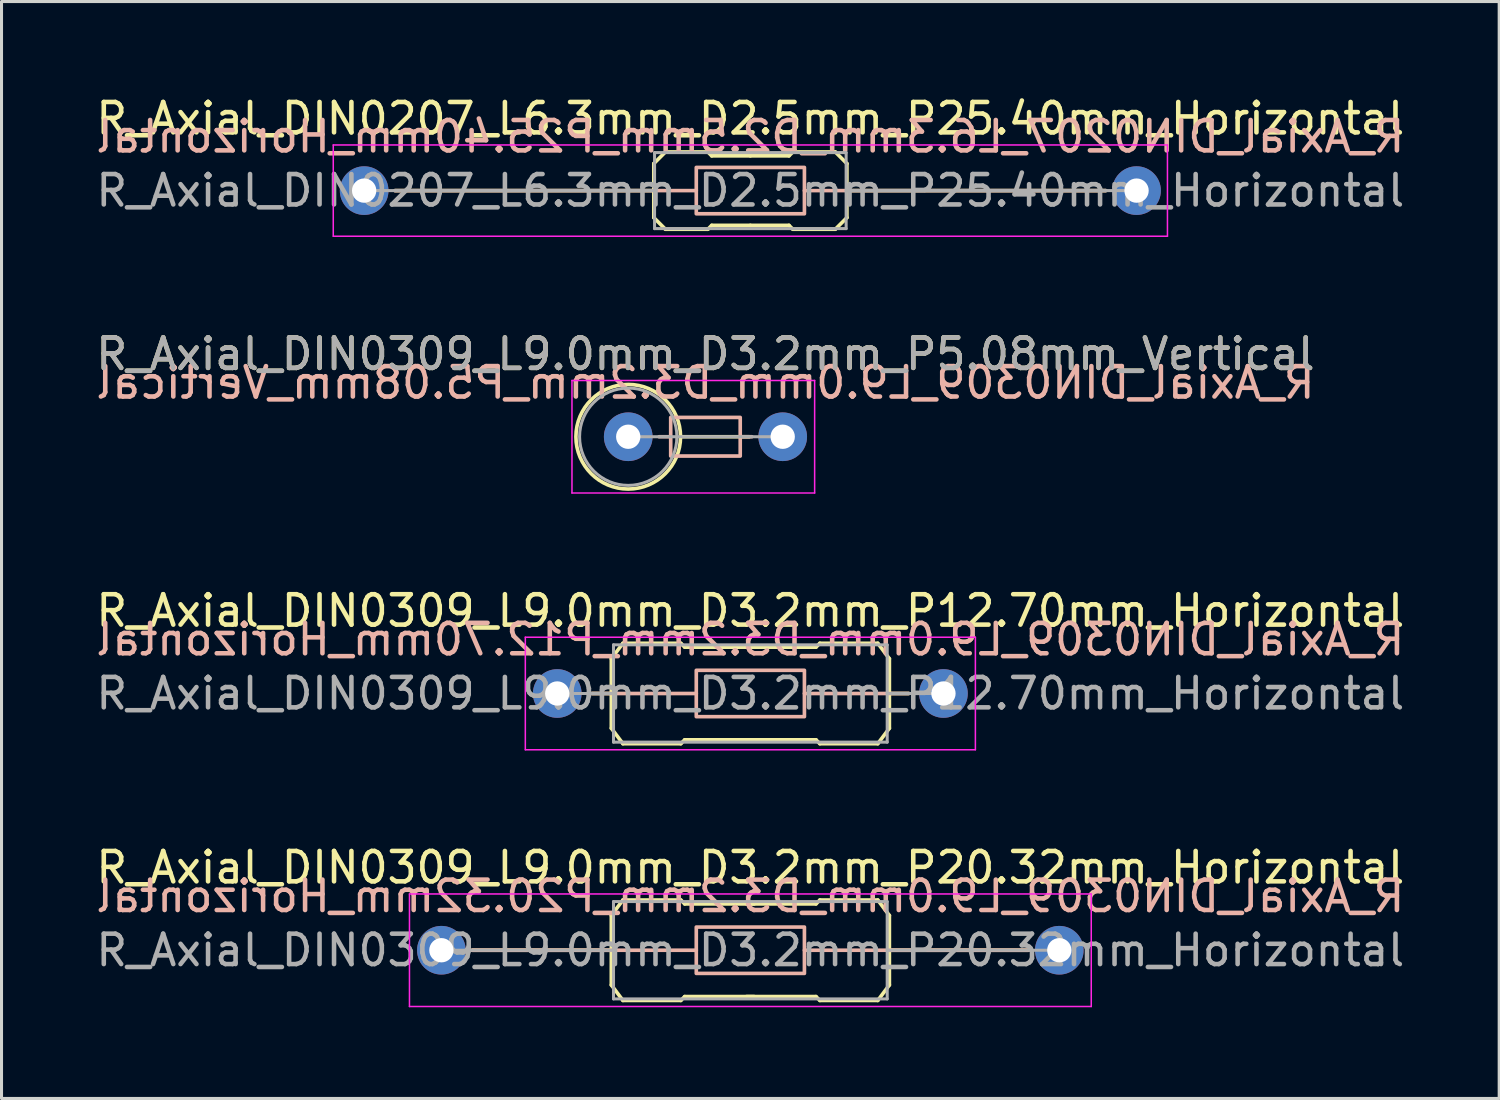
<source format=kicad_pcb>
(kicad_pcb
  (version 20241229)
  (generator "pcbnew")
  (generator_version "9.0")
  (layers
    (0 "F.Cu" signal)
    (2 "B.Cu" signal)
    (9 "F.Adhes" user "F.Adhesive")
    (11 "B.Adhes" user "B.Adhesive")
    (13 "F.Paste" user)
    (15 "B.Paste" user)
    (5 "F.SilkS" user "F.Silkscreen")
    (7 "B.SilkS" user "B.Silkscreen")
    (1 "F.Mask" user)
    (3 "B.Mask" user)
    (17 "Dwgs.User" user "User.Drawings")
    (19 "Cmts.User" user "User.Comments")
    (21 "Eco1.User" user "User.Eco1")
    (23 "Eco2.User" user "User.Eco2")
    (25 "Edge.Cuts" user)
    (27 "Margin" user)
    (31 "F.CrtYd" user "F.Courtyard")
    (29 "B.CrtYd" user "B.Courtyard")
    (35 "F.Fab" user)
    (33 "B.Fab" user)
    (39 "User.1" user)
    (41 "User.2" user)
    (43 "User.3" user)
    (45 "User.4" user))
  (footprint "R_Axial_DIN0207_L6.3mm_D2.5mm_P25.40mm_Horizontal"
    (layer "F.Cu")
    (at 11.465 3.218)
    (property "Reference" "R_Axial_DIN0207_L6.3mm_D2.5mm_P25.40mm_Horizontal" (at 10.16 -2.37 0) (layer "F.SilkS") (effects (font (size 1 1) (thickness 0.15))))
    (fp_line (start 6.985 -0.889) (end 6.985 0.889) (stroke (width 0.12) (type solid)) (layer "F.SilkS"))
    (fp_line (start 6.985 -0.889) (end 7.366 -1.27) (stroke (width 0.12) (type solid)) (layer "F.SilkS"))
    (fp_line (start 6.985 0) (end -1.524 0) (stroke (width 0.12) (type solid)) (layer "F.SilkS"))
    (fp_line (start 6.985 0.889) (end 7.366 1.27) (stroke (width 0.12) (type solid)) (layer "F.SilkS"))
    (fp_line (start 7.366 -1.27) (end 8.763 -1.27) (stroke (width 0.12) (type solid)) (layer "F.SilkS"))
    (fp_line (start 7.366 1.27) (end 8.763 1.27) (stroke (width 0.12) (type solid)) (layer "F.SilkS"))
    (fp_line (start 8.763 -1.27) (end 8.89 -1.143) (stroke (width 0.12) (type solid)) (layer "F.SilkS"))
    (fp_line (start 8.763 1.27) (end 8.89 1.143) (stroke (width 0.12) (type solid)) (layer "F.SilkS"))
    (fp_line (start 8.89 -1.143) (end 10.16 -1.143) (stroke (width 0.12) (type solid)) (layer "F.SilkS"))
    (fp_line (start 8.89 1.143) (end 10.16 1.143) (stroke (width 0.12) (type solid)) (layer "F.SilkS"))
    (fp_line (start 11.43 -1.143) (end 10.16 -1.143) (stroke (width 0.12) (type solid)) (layer "F.SilkS"))
    (fp_line (start 11.43 1.143) (end 10.16 1.143) (stroke (width 0.12) (type solid)) (layer "F.SilkS"))
    (fp_line (start 11.557 -1.27) (end 11.43 -1.143) (stroke (width 0.12) (type solid)) (layer "F.SilkS"))
    (fp_line (start 11.557 1.27) (end 11.43 1.143) (stroke (width 0.12) (type solid)) (layer "F.SilkS"))
    (fp_line (start 12.954 -1.27) (end 11.557 -1.27) (stroke (width 0.12) (type solid)) (layer "F.SilkS"))
    (fp_line (start 12.954 1.27) (end 11.557 1.27) (stroke (width 0.12) (type solid)) (layer "F.SilkS"))
    (fp_line (start 13.335 -0.889) (end 12.954 -1.27) (stroke (width 0.12) (type solid)) (layer "F.SilkS"))
    (fp_line (start 13.335 -0.889) (end 13.335 0.889) (stroke (width 0.12) (type solid)) (layer "F.SilkS"))
    (fp_line (start 13.335 0) (end 21.844 0) (stroke (width 0.12) (type solid)) (layer "F.SilkS"))
    (fp_line (start 13.335 0.889) (end 12.954 1.27) (stroke (width 0.12) (type solid)) (layer "F.SilkS"))
    (fp_line (start 8.382 0) (end -1.524 0) (stroke (width 0.12) (type solid)) (layer "B.SilkS"))
    (fp_line (start 11.938 0) (end 21.844 0) (stroke (width 0.12) (type solid)) (layer "B.SilkS"))
    (fp_rect (start 8.382 -0.762) (end 11.938 0.762) (stroke (width 0.12) (type solid)) (fill no) (layer "B.SilkS"))
    (fp_line (start -3.556 -1.5) (end -3.556 1.5) (stroke (width 0.05) (type solid)) (layer "F.CrtYd"))
    (fp_line (start -3.556 1.5) (end 23.876 1.5) (stroke (width 0.05) (type solid)) (layer "F.CrtYd"))
    (fp_line (start 23.876 -1.5) (end -3.556 -1.5) (stroke (width 0.05) (type solid)) (layer "F.CrtYd"))
    (fp_line (start 23.876 1.5) (end 23.876 -1.5) (stroke (width 0.05) (type solid)) (layer "F.CrtYd"))
    (fp_line (start -2.54 0) (end 7.01 0) (stroke (width 0.1) (type solid)) (layer "F.Fab"))
    (fp_line (start 7.01 -1.25) (end 7.01 1.25) (stroke (width 0.1) (type solid)) (layer "F.Fab"))
    (fp_line (start 7.01 1.25) (end 13.31 1.25) (stroke (width 0.1) (type solid)) (layer "F.Fab"))
    (fp_line (start 13.31 -1.25) (end 7.01 -1.25) (stroke (width 0.1) (type solid)) (layer "F.Fab"))
    (fp_line (start 13.31 1.25) (end 13.31 -1.25) (stroke (width 0.1) (type solid)) (layer "F.Fab"))
    (fp_line (start 22.86 0) (end 13.31 0) (stroke (width 0.1) (type solid)) (layer "F.Fab"))
    (fp_text user "${REFERENCE}" (at 10.16 -1.778 0) (layer "B.SilkS") (effects (font (size 1 1) (thickness 0.15)) (justify mirror)))
    (fp_text user "${REFERENCE}" (at 10.16 0 0) (layer "F.Fab") (effects (font (size 1 1) (thickness 0.15))))
    (pad "1" thru_hole circle (at -2.54 0) (size 1.6 1.6) (drill 0.8) (layers "*.Cu" "*.Mask"))
    (pad "2" thru_hole oval (at 22.86 0) (size 1.6 1.6) (drill 0.8) (layers "*.Cu" "*.Mask")))
  (footprint "R_Axial_DIN0309_L9.0mm_D3.2mm_P20.32mm_Horizontal"
    (layer "F.Cu")
    (at 11.465 28.198)
    (property "Reference" "R_Axial_DIN0309_L9.0mm_D3.2mm_P20.32mm_Horizontal" (at 10.16 -2.72 0) (layer "F.SilkS") (effects (font (size 1 1) (thickness 0.15))))
    (fp_line (start 5.588 -1.143) (end 5.969 -1.651) (stroke (width 0.12) (type solid)) (layer "F.SilkS"))
    (fp_line (start 5.588 0) (end 1.016 0) (stroke (width 0.12) (type solid)) (layer "F.SilkS"))
    (fp_line (start 5.588 1.143) (end 5.588 -1.143) (stroke (width 0.12) (type solid)) (layer "F.SilkS"))
    (fp_line (start 5.588 1.143) (end 5.969 1.651) (stroke (width 0.12) (type solid)) (layer "F.SilkS"))
    (fp_line (start 5.969 -1.651) (end 7.874 -1.651) (stroke (width 0.12) (type solid)) (layer "F.SilkS"))
    (fp_line (start 5.969 1.651) (end 7.874 1.651) (stroke (width 0.12) (type solid)) (layer "F.SilkS"))
    (fp_line (start 7.874 -1.651) (end 8.001 -1.524) (stroke (width 0.12) (type solid)) (layer "F.SilkS"))
    (fp_line (start 7.874 1.651) (end 8.001 1.524) (stroke (width 0.12) (type solid)) (layer "F.SilkS"))
    (fp_line (start 8.001 -1.524) (end 10.287 -1.524) (stroke (width 0.12) (type solid)) (layer "F.SilkS"))
    (fp_line (start 8.001 1.524) (end 10.287 1.524) (stroke (width 0.12) (type solid)) (layer "F.SilkS"))
    (fp_line (start 12.319 -1.524) (end 10.033 -1.524) (stroke (width 0.12) (type solid)) (layer "F.SilkS"))
    (fp_line (start 12.319 1.524) (end 10.033 1.524) (stroke (width 0.12) (type solid)) (layer "F.SilkS"))
    (fp_line (start 12.446 -1.651) (end 12.319 -1.524) (stroke (width 0.12) (type solid)) (layer "F.SilkS"))
    (fp_line (start 12.446 1.651) (end 12.319 1.524) (stroke (width 0.12) (type solid)) (layer "F.SilkS"))
    (fp_line (start 14.351 -1.651) (end 12.446 -1.651) (stroke (width 0.12) (type solid)) (layer "F.SilkS"))
    (fp_line (start 14.351 1.651) (end 12.446 1.651) (stroke (width 0.12) (type solid)) (layer "F.SilkS"))
    (fp_line (start 14.732 -1.143) (end 14.351 -1.651) (stroke (width 0.12) (type solid)) (layer "F.SilkS"))
    (fp_line (start 14.732 0) (end 19.304 0) (stroke (width 0.12) (type solid)) (layer "F.SilkS"))
    (fp_line (start 14.732 1.143) (end 14.351 1.651) (stroke (width 0.12) (type solid)) (layer "F.SilkS"))
    (fp_line (start 14.732 1.143) (end 14.732 -1.143) (stroke (width 0.12) (type solid)) (layer "F.SilkS"))
    (fp_line (start 8.382 0) (end 1.016 0) (stroke (width 0.12) (type solid)) (layer "B.SilkS"))
    (fp_line (start 11.938 0) (end 19.304 0) (stroke (width 0.12) (type solid)) (layer "B.SilkS"))
    (fp_rect (start 8.382 -0.762) (end 11.938 0.762) (stroke (width 0.12) (type solid)) (fill no) (layer "B.SilkS"))
    (fp_line (start -1.05 -1.85) (end -1.05 1.85) (stroke (width 0.05) (type solid)) (layer "F.CrtYd"))
    (fp_line (start -1.05 1.85) (end 21.37 1.85) (stroke (width 0.05) (type solid)) (layer "F.CrtYd"))
    (fp_line (start 21.37 -1.85) (end -1.05 -1.85) (stroke (width 0.05) (type solid)) (layer "F.CrtYd"))
    (fp_line (start 21.37 1.85) (end 21.37 -1.85) (stroke (width 0.05) (type solid)) (layer "F.CrtYd"))
    (fp_line (start 0 0) (end 5.66 0) (stroke (width 0.1) (type solid)) (layer "F.Fab"))
    (fp_line (start 5.66 -1.6) (end 5.66 1.6) (stroke (width 0.1) (type solid)) (layer "F.Fab"))
    (fp_line (start 5.66 1.6) (end 14.66 1.6) (stroke (width 0.1) (type solid)) (layer "F.Fab"))
    (fp_line (start 14.66 -1.6) (end 5.66 -1.6) (stroke (width 0.1) (type solid)) (layer "F.Fab"))
    (fp_line (start 14.66 1.6) (end 14.66 -1.6) (stroke (width 0.1) (type solid)) (layer "F.Fab"))
    (fp_line (start 20.32 0) (end 14.66 0) (stroke (width 0.1) (type solid)) (layer "F.Fab"))
    (fp_text user "${REFERENCE}" (at 10.16 -1.778 0) (layer "B.SilkS") (effects (font (size 1 1) (thickness 0.15)) (justify mirror)))
    (fp_text user "${REFERENCE}" (at 10.16 0 0) (layer "F.Fab") (effects (font (size 1 1) (thickness 0.15))))
    (pad "1" thru_hole circle (at 0 0) (size 1.6 1.6) (drill 0.8) (layers "*.Cu" "*.Mask"))
    (pad "2" thru_hole oval (at 20.32 0) (size 1.6 1.6) (drill 0.8) (layers "*.Cu" "*.Mask")))
  (footprint "R_Axial_DIN0309_L9.0mm_D3.2mm_P12.70mm_Horizontal"
    (layer "F.Cu")
    (at 15.275 19.755)
    (property "Reference" "R_Axial_DIN0309_L9.0mm_D3.2mm_P12.70mm_Horizontal" (at 6.35 -2.72 0) (layer "F.SilkS") (effects (font (size 1 1) (thickness 0.15))))
    (fp_line (start 1.778 -1.143) (end 2.159 -1.651) (stroke (width 0.12) (type solid)) (layer "F.SilkS"))
    (fp_line (start 1.778 0) (end 1.143 0) (stroke (width 0.12) (type solid)) (layer "F.SilkS"))
    (fp_line (start 1.778 1.143) (end 1.778 -1.143) (stroke (width 0.12) (type solid)) (layer "F.SilkS"))
    (fp_line (start 1.778 1.143) (end 2.159 1.651) (stroke (width 0.12) (type solid)) (layer "F.SilkS"))
    (fp_line (start 2.159 -1.651) (end 4.064 -1.651) (stroke (width 0.12) (type solid)) (layer "F.SilkS"))
    (fp_line (start 2.159 1.651) (end 4.064 1.651) (stroke (width 0.12) (type solid)) (layer "F.SilkS"))
    (fp_line (start 4.064 -1.651) (end 4.191 -1.524) (stroke (width 0.12) (type solid)) (layer "F.SilkS"))
    (fp_line (start 4.064 1.651) (end 4.191 1.524) (stroke (width 0.12) (type solid)) (layer "F.SilkS"))
    (fp_line (start 4.191 -1.524) (end 6.477 -1.524) (stroke (width 0.12) (type solid)) (layer "F.SilkS"))
    (fp_line (start 4.191 1.524) (end 6.477 1.524) (stroke (width 0.12) (type solid)) (layer "F.SilkS"))
    (fp_line (start 8.509 -1.524) (end 6.223 -1.524) (stroke (width 0.12) (type solid)) (layer "F.SilkS"))
    (fp_line (start 8.509 1.524) (end 6.223 1.524) (stroke (width 0.12) (type solid)) (layer "F.SilkS"))
    (fp_line (start 8.636 -1.651) (end 8.509 -1.524) (stroke (width 0.12) (type solid)) (layer "F.SilkS"))
    (fp_line (start 8.636 1.651) (end 8.509 1.524) (stroke (width 0.12) (type solid)) (layer "F.SilkS"))
    (fp_line (start 10.541 -1.651) (end 8.636 -1.651) (stroke (width 0.12) (type solid)) (layer "F.SilkS"))
    (fp_line (start 10.541 1.651) (end 8.636 1.651) (stroke (width 0.12) (type solid)) (layer "F.SilkS"))
    (fp_line (start 10.922 -1.143) (end 10.541 -1.651) (stroke (width 0.12) (type solid)) (layer "F.SilkS"))
    (fp_line (start 10.922 0) (end 11.557 0) (stroke (width 0.12) (type solid)) (layer "F.SilkS"))
    (fp_line (start 10.922 1.143) (end 10.541 1.651) (stroke (width 0.12) (type solid)) (layer "F.SilkS"))
    (fp_line (start 10.922 1.143) (end 10.922 -1.143) (stroke (width 0.12) (type solid)) (layer "F.SilkS"))
    (fp_line (start 4.572 0) (end 1.143 0) (stroke (width 0.12) (type solid)) (layer "B.SilkS"))
    (fp_line (start 8.128 0) (end 11.557 0) (stroke (width 0.12) (type solid)) (layer "B.SilkS"))
    (fp_rect (start 4.572 -0.762) (end 8.128 0.762) (stroke (width 0.12) (type solid)) (fill no) (layer "B.SilkS"))
    (fp_line (start -1.05 -1.85) (end -1.05 1.85) (stroke (width 0.05) (type solid)) (layer "F.CrtYd"))
    (fp_line (start -1.05 1.85) (end 13.75 1.85) (stroke (width 0.05) (type solid)) (layer "F.CrtYd"))
    (fp_line (start 13.75 -1.85) (end -1.05 -1.85) (stroke (width 0.05) (type solid)) (layer "F.CrtYd"))
    (fp_line (start 13.75 1.85) (end 13.75 -1.85) (stroke (width 0.05) (type solid)) (layer "F.CrtYd"))
    (fp_line (start 0 0) (end 1.85 0) (stroke (width 0.1) (type solid)) (layer "F.Fab"))
    (fp_line (start 1.85 -1.6) (end 1.85 1.6) (stroke (width 0.1) (type solid)) (layer "F.Fab"))
    (fp_line (start 1.85 1.6) (end 10.85 1.6) (stroke (width 0.1) (type solid)) (layer "F.Fab"))
    (fp_line (start 10.85 -1.6) (end 1.85 -1.6) (stroke (width 0.1) (type solid)) (layer "F.Fab"))
    (fp_line (start 10.85 1.6) (end 10.85 -1.6) (stroke (width 0.1) (type solid)) (layer "F.Fab"))
    (fp_line (start 12.7 0) (end 10.85 0) (stroke (width 0.1) (type solid)) (layer "F.Fab"))
    (fp_text user "${REFERENCE}" (at 6.35 -1.778 0) (layer "B.SilkS") (effects (font (size 1 1) (thickness 0.15)) (justify mirror)))
    (fp_text user "${REFERENCE}" (at 6.35 0 0) (layer "F.Fab") (effects (font (size 1 1) (thickness 0.15))))
    (pad "1" thru_hole circle (at 0 0) (size 1.6 1.6) (drill 0.8) (layers "*.Cu" "*.Mask"))
    (pad "2" thru_hole oval (at 12.7 0) (size 1.6 1.6) (drill 0.8) (layers "*.Cu" "*.Mask")))
  (footprint "R_Axial_DIN0309_L9.0mm_D3.2mm_P5.08mm_Vertical"
    (layer "F.Cu")
    (at 17.609 11.312)
    (property "Reference" "R_Axial_DIN0309_L9.0mm_D3.2mm_P5.08mm_Vertical" (at 2.54 -2.72 0) (layer "F.SilkS") (effects (font (size 1 1) (thickness 0.15))))
    (fp_line (start 1.72 0) (end 3.98 0) (stroke (width 0.12) (type solid)) (layer "F.SilkS"))
    (fp_circle (center 0 0) (end 1.72 0) (stroke (width 0.12) (type solid)) (fill no) (layer "F.SilkS"))
    (fp_line (start 1.016 0) (end 1.397 0) (stroke (width 0.12) (type solid)) (layer "B.SilkS"))
    (fp_line (start 4.064 0) (end 3.683 0) (stroke (width 0.12) (type solid)) (layer "B.SilkS"))
    (fp_rect (start 1.397 -0.635) (end 3.683 0.635) (stroke (width 0.12) (type solid)) (fill no) (layer "B.SilkS"))
    (fp_line (start -1.85 -1.85) (end -1.85 1.85) (stroke (width 0.05) (type solid)) (layer "F.CrtYd"))
    (fp_line (start -1.85 1.85) (end 6.13 1.85) (stroke (width 0.05) (type solid)) (layer "F.CrtYd"))
    (fp_line (start 6.13 -1.85) (end -1.85 -1.85) (stroke (width 0.05) (type solid)) (layer "F.CrtYd"))
    (fp_line (start 6.13 1.85) (end 6.13 -1.85) (stroke (width 0.05) (type solid)) (layer "F.CrtYd"))
    (fp_line (start 0 0) (end 5.08 0) (stroke (width 0.1) (type solid)) (layer "F.Fab"))
    (fp_circle (center 0 0) (end 1.6 0) (stroke (width 0.1) (type solid)) (fill no) (layer "F.Fab"))
    (fp_text user "${REFERENCE}" (at 2.54 -1.778 0) (layer "B.SilkS") (effects (font (size 1 1) (thickness 0.15)) (justify mirror)))
    (fp_text user "${REFERENCE}" (at 2.54 -2.72 0) (layer "F.Fab") (effects (font (size 1 1) (thickness 0.15))))
    (pad "1" thru_hole circle (at 0 0) (size 1.6 1.6) (drill 0.8) (layers "*.Cu" "*.Mask"))
    (pad "2" thru_hole oval (at 5.08 0) (size 1.6 1.6) (drill 0.8) (layers "*.Cu" "*.Mask")))
  (gr_rect
    (start -3 -3)
    (end 46.25 33.073)
    (stroke (width 0.1) (type default))
    (fill no)
    (layer "Edge.Cuts")))
</source>
